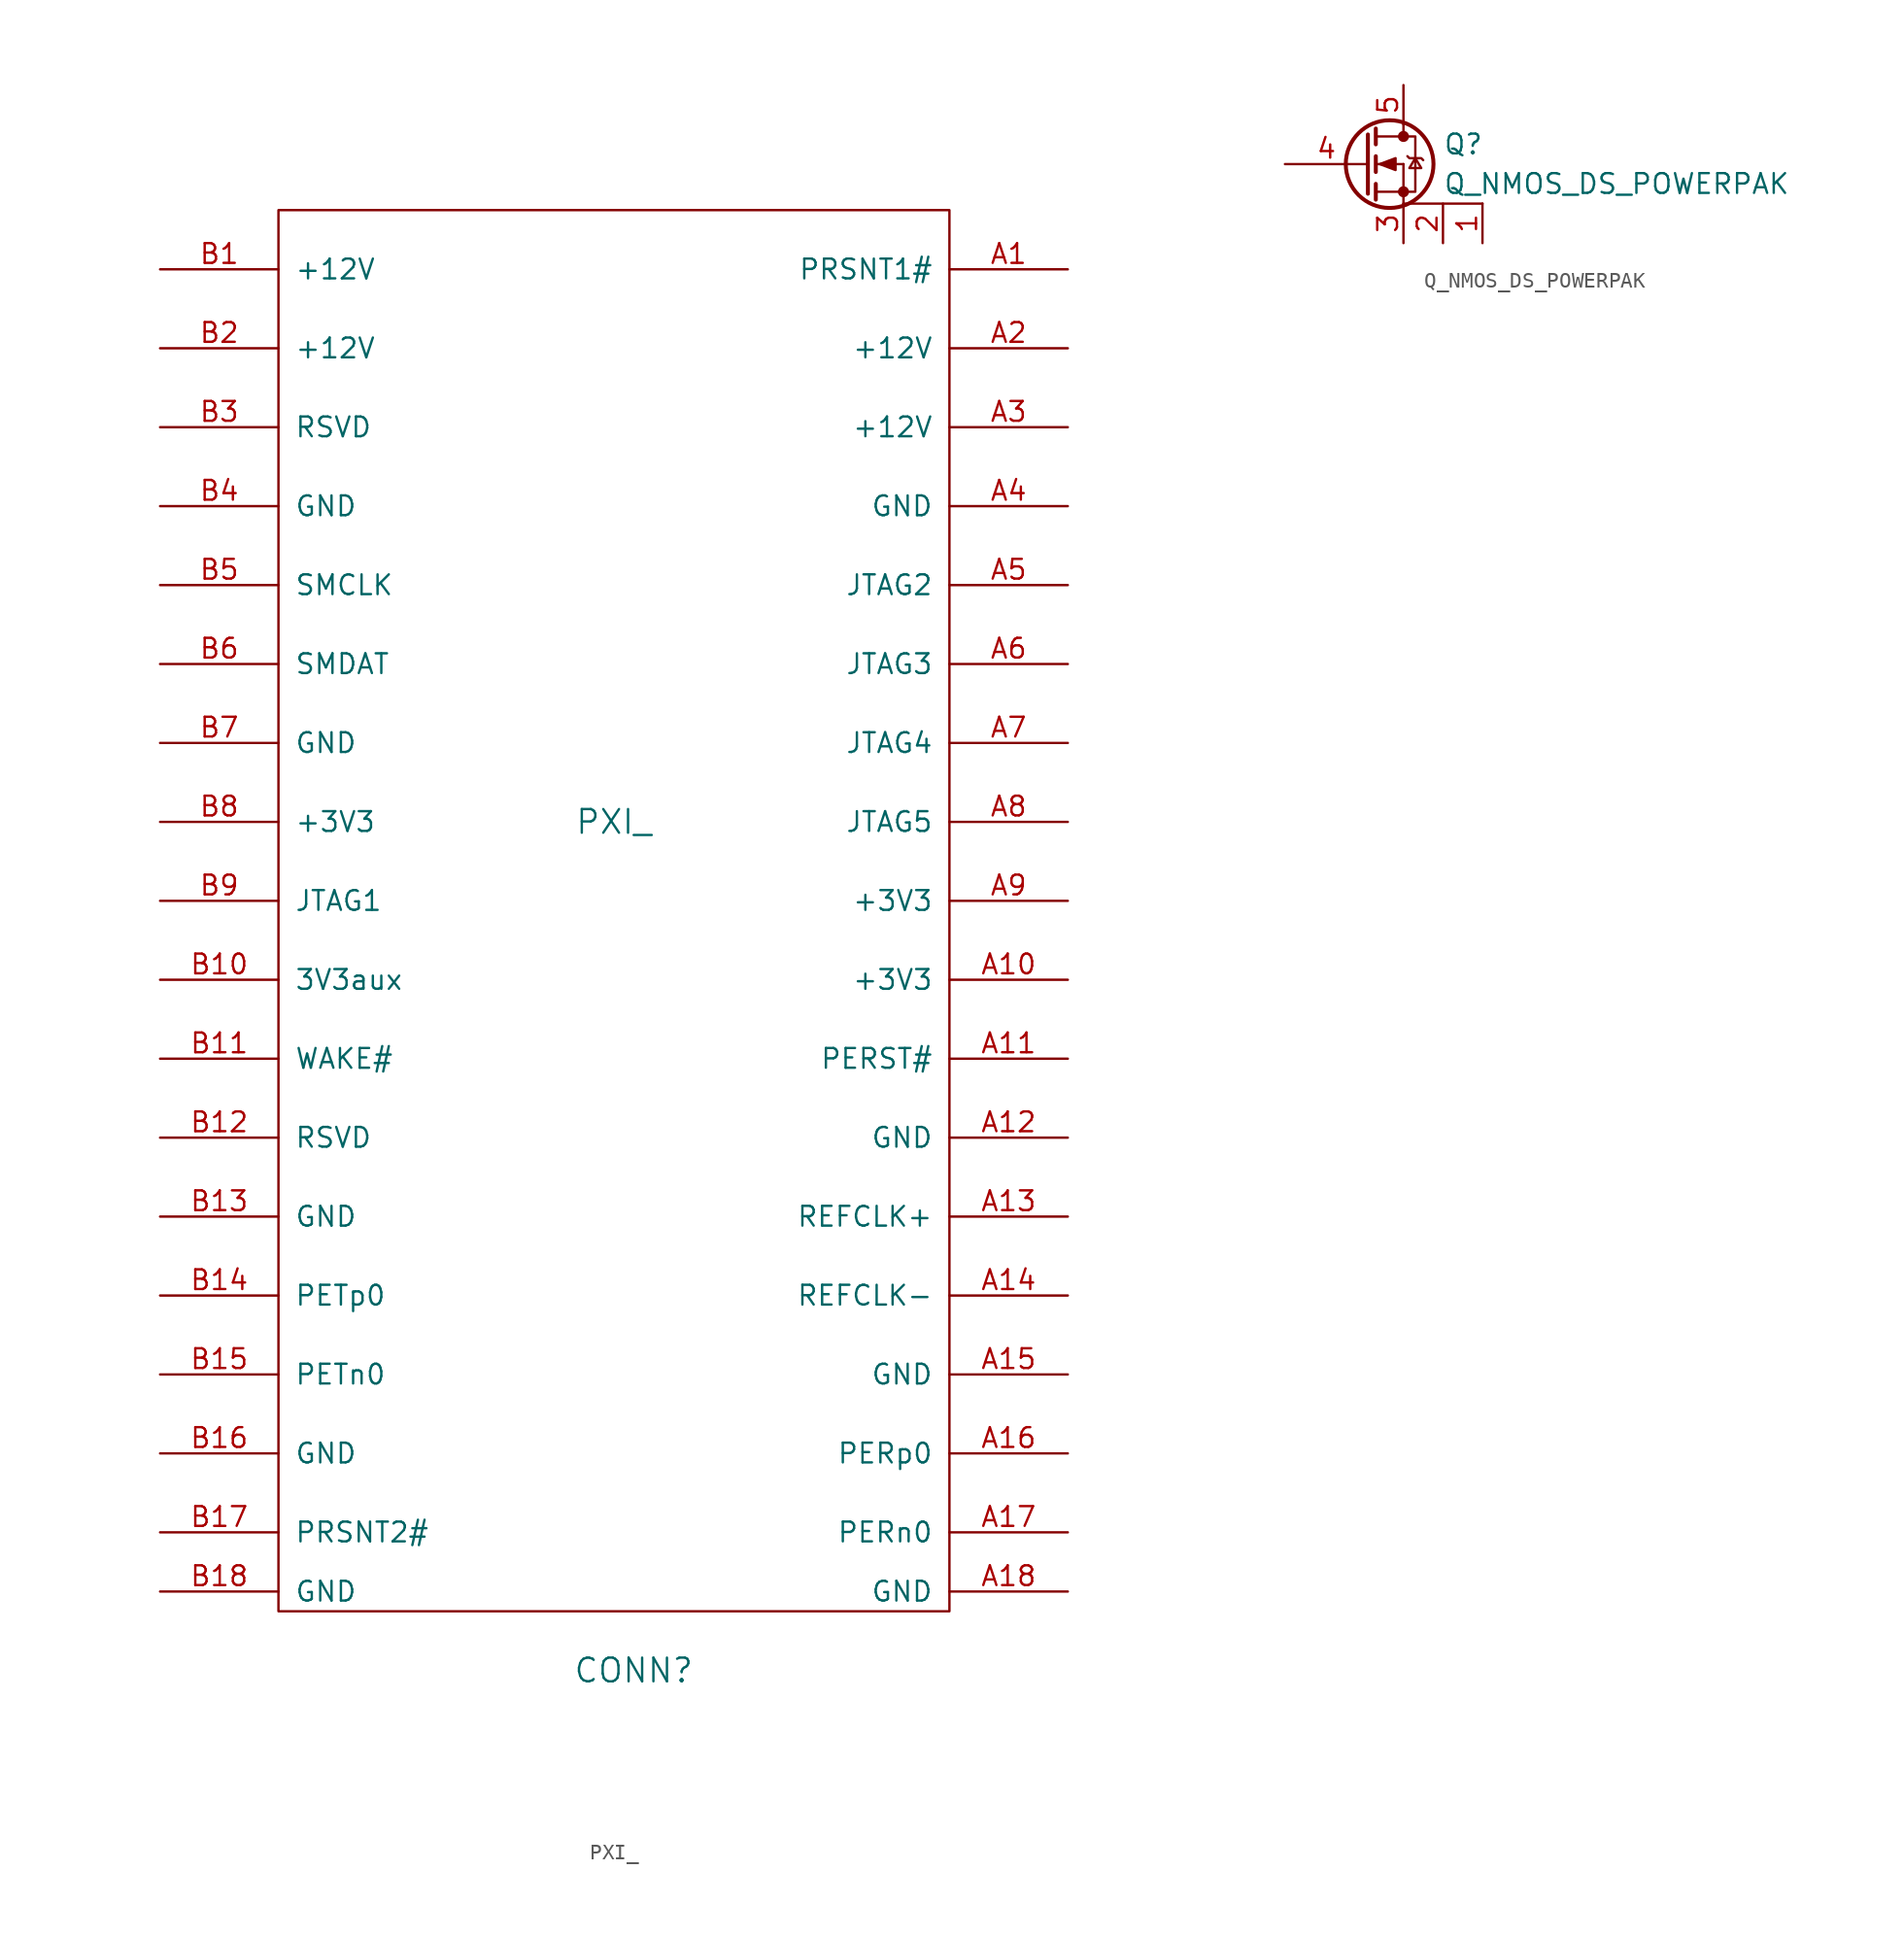
<source format=kicad_sym>
(kicad_symbol_lib
  (version 20211014)
  (generator kicad_symbol_editor)
  (symbol "PXI_"
    (pin_names
      (offset 1.016))
    (property "Reference" "CONN"
      (at -13.97 -25.4 0)
      (effects (font (size 1.524 1.524))))
    (property "Value" "PXI_"
      (at -15.24 29.21 0)
      (effects (font (size 1.524 1.524))))
    (property "Footprint" ""
      (at 1.27 8.89 0)
      (effects (font (size 1.524 1.524))))
    (property "Datasheet" ""
      (at 1.27 8.89 0)
      (effects (font (size 1.524 1.524))))
    (symbol "PXI__0_1"
      (rectangle (start -36.83 68.58) (end 6.35 -21.59) (stroke (width 0) (type default) (color 0 0 0 0)) (fill (type none))))
    (symbol "PXI__1_1"
      (pin input line (at 13.97 64.77 180) (length 7.62) (name "PRSNT1#" (effects (font (size 1.27 1.27)))) (number "A1" (effects (font (size 1.27 1.27)))))
      (pin input line (at 13.97 19.05 180) (length 7.62) (name "+3V3" (effects (font (size 1.27 1.27)))) (number "A10" (effects (font (size 1.27 1.27)))))
      (pin input line (at 13.97 13.97 180) (length 7.62) (name "PERST#" (effects (font (size 1.27 1.27)))) (number "A11" (effects (font (size 1.27 1.27)))))
      (pin input line (at 13.97 8.89 180) (length 7.62) (name "GND" (effects (font (size 1.27 1.27)))) (number "A12" (effects (font (size 1.27 1.27)))))
      (pin input line (at 13.97 3.81 180) (length 7.62) (name "REFCLK+" (effects (font (size 1.27 1.27)))) (number "A13" (effects (font (size 1.27 1.27)))))
      (pin input line (at 13.97 -1.27 180) (length 7.62) (name "REFCLK-" (effects (font (size 1.27 1.27)))) (number "A14" (effects (font (size 1.27 1.27)))))
      (pin input line (at 13.97 -6.35 180) (length 7.62) (name "GND" (effects (font (size 1.27 1.27)))) (number "A15" (effects (font (size 1.27 1.27)))))
      (pin input line (at 13.97 -11.43 180) (length 7.62) (name "PERp0" (effects (font (size 1.27 1.27)))) (number "A16" (effects (font (size 1.27 1.27)))))
      (pin input line (at 13.97 -16.51 180) (length 7.62) (name "PERn0" (effects (font (size 1.27 1.27)))) (number "A17" (effects (font (size 1.27 1.27)))))
      (pin input line (at 13.97 -20.32 180) (length 7.62) (name "GND" (effects (font (size 1.27 1.27)))) (number "A18" (effects (font (size 1.27 1.27)))))
      (pin input line (at 13.97 59.69 180) (length 7.62) (name "+12V" (effects (font (size 1.27 1.27)))) (number "A2" (effects (font (size 1.27 1.27)))))
      (pin input line (at 13.97 54.61 180) (length 7.62) (name "+12V" (effects (font (size 1.27 1.27)))) (number "A3" (effects (font (size 1.27 1.27)))))
      (pin input line (at 13.97 49.53 180) (length 7.62) (name "GND" (effects (font (size 1.27 1.27)))) (number "A4" (effects (font (size 1.27 1.27)))))
      (pin input line (at 13.97 44.45 180) (length 7.62) (name "JTAG2" (effects (font (size 1.27 1.27)))) (number "A5" (effects (font (size 1.27 1.27)))))
      (pin input line (at 13.97 39.37 180) (length 7.62) (name "JTAG3" (effects (font (size 1.27 1.27)))) (number "A6" (effects (font (size 1.27 1.27)))))
      (pin input line (at 13.97 34.29 180) (length 7.62) (name "JTAG4" (effects (font (size 1.27 1.27)))) (number "A7" (effects (font (size 1.27 1.27)))))
      (pin input line (at 13.97 29.21 180) (length 7.62) (name "JTAG5" (effects (font (size 1.27 1.27)))) (number "A8" (effects (font (size 1.27 1.27)))))
      (pin input line (at 13.97 24.13 180) (length 7.62) (name "+3V3" (effects (font (size 1.27 1.27)))) (number "A9" (effects (font (size 1.27 1.27)))))
      (pin input line (at -44.45 64.77 0) (length 7.62) (name "+12V" (effects (font (size 1.27 1.27)))) (number "B1" (effects (font (size 1.27 1.27)))))
      (pin input line (at -44.45 19.05 0) (length 7.62) (name "3V3aux" (effects (font (size 1.27 1.27)))) (number "B10" (effects (font (size 1.27 1.27)))))
      (pin input line (at -44.45 13.97 0) (length 7.62) (name "WAKE#" (effects (font (size 1.27 1.27)))) (number "B11" (effects (font (size 1.27 1.27)))))
      (pin input line (at -44.45 8.89 0) (length 7.62) (name "RSVD" (effects (font (size 1.27 1.27)))) (number "B12" (effects (font (size 1.27 1.27)))))
      (pin input line (at -44.45 3.81 0) (length 7.62) (name "GND" (effects (font (size 1.27 1.27)))) (number "B13" (effects (font (size 1.27 1.27)))))
      (pin input line (at -44.45 -1.27 0) (length 7.62) (name "PETp0" (effects (font (size 1.27 1.27)))) (number "B14" (effects (font (size 1.27 1.27)))))
      (pin input line (at -44.45 -6.35 0) (length 7.62) (name "PETn0" (effects (font (size 1.27 1.27)))) (number "B15" (effects (font (size 1.27 1.27)))))
      (pin input line (at -44.45 -11.43 0) (length 7.62) (name "GND" (effects (font (size 1.27 1.27)))) (number "B16" (effects (font (size 1.27 1.27)))))
      (pin input line (at -44.45 -16.51 0) (length 7.62) (name "PRSNT2#" (effects (font (size 1.27 1.27)))) (number "B17" (effects (font (size 1.27 1.27)))))
      (pin input line (at -44.45 -20.32 0) (length 7.62) (name "GND" (effects (font (size 1.27 1.27)))) (number "B18" (effects (font (size 1.27 1.27)))))
      (pin input line (at -44.45 59.69 0) (length 7.62) (name "+12V" (effects (font (size 1.27 1.27)))) (number "B2" (effects (font (size 1.27 1.27)))))
      (pin input line (at -44.45 54.61 0) (length 7.62) (name "RSVD" (effects (font (size 1.27 1.27)))) (number "B3" (effects (font (size 1.27 1.27)))))
      (pin input line (at -44.45 49.53 0) (length 7.62) (name "GND" (effects (font (size 1.27 1.27)))) (number "B4" (effects (font (size 1.27 1.27)))))
      (pin input line (at -44.45 44.45 0) (length 7.62) (name "SMCLK" (effects (font (size 1.27 1.27)))) (number "B5" (effects (font (size 1.27 1.27)))))
      (pin input line (at -44.45 39.37 0) (length 7.62) (name "SMDAT" (effects (font (size 1.27 1.27)))) (number "B6" (effects (font (size 1.27 1.27)))))
      (pin input line (at -44.45 34.29 0) (length 7.62) (name "GND" (effects (font (size 1.27 1.27)))) (number "B7" (effects (font (size 1.27 1.27)))))
      (pin input line (at -44.45 29.21 0) (length 7.62) (name "+3V3" (effects (font (size 1.27 1.27)))) (number "B8" (effects (font (size 1.27 1.27)))))
      (pin input line (at -44.45 24.13 0) (length 7.62) (name "JTAG1" (effects (font (size 1.27 1.27)))) (number "B9" (effects (font (size 1.27 1.27)))))))
  (symbol "Q_NMOS_DS_POWERPAK"
    (pin_names
      (offset 0) hide)
    (property "Reference" "Q"
      (at 5.08 1.27 0)
      (effects (font (size 1.27 1.27)) (justify left)))
    (property "Value" "Q_NMOS_DS_POWERPAK"
      (at 5.08 -1.27 0)
      (effects (font (size 1.27 1.27)) (justify left)))
    (property "Footprint" ""
      (at 5.08 2.54 0)
      (effects (font (size 1.27 1.27))))
    (property "Datasheet" ""
      (at 0 0 0)
      (effects (font (size 1.27 1.27))))
    (symbol "Q_NMOS_DS_POWERPAK_0_1"
      (polyline (pts (xy 0.762 -1.778) (xy 2.54 -1.778)) (stroke (width 0) (type default) (color 0 0 0 0)) (fill (type none)))
      (polyline (pts (xy 0.762 -1.27) (xy 0.762 -2.286)) (stroke (width 0.254) (type default) (color 0 0 0 0)) (fill (type none)))
      (polyline (pts (xy 0.762 0) (xy 2.54 0)) (stroke (width 0) (type default) (color 0 0 0 0)) (fill (type none)))
      (polyline (pts (xy 0.762 0.508) (xy 0.762 -0.508)) (stroke (width 0.254) (type default) (color 0 0 0 0)) (fill (type none)))
      (polyline (pts (xy 0.762 1.778) (xy 2.54 1.778)) (stroke (width 0) (type default) (color 0 0 0 0)) (fill (type none)))
      (polyline (pts (xy 0.762 2.286) (xy 0.762 1.27)) (stroke (width 0.254) (type default) (color 0 0 0 0)) (fill (type none)))
      (polyline (pts (xy 2.54 -1.778) (xy 2.54 -2.54)) (stroke (width 0) (type default) (color 0 0 0 0)) (fill (type none)))
      (polyline (pts (xy 2.54 -1.778) (xy 2.54 0)) (stroke (width 0) (type default) (color 0 0 0 0)) (fill (type none)))
      (polyline (pts (xy 2.54 2.54) (xy 2.54 1.778)) (stroke (width 0) (type default) (color 0 0 0 0)) (fill (type none)))
      (polyline (pts (xy 0.254 1.905) (xy 0.254 -1.905) (xy 0.254 -1.905)) (stroke (width 0.254) (type default) (color 0 0 0 0)) (fill (type none)))
      (polyline (pts (xy 7.62 -2.54) (xy 5.08 -2.54) (xy 2.54 -2.54)) (stroke (width 0) (type default) (color 0 0 0 0)) (fill (type none)))
      (polyline (pts (xy 1.016 0) (xy 2.032 0.381) (xy 2.032 -0.381) (xy 1.016 0)) (stroke (width 0) (type default) (color 0 0 0 0)) (fill (type outline)))
      (polyline (pts (xy 2.54 -1.778) (xy 3.302 -1.778) (xy 3.302 1.778) (xy 2.54 1.778)) (stroke (width 0) (type default) (color 0 0 0 0)) (fill (type none)))
      (polyline (pts (xy 2.794 0.508) (xy 2.921 0.381) (xy 3.683 0.381) (xy 3.81 0.254)) (stroke (width 0) (type default) (color 0 0 0 0)) (fill (type none)))
      (polyline (pts (xy 3.302 0.381) (xy 2.921 -0.254) (xy 3.683 -0.254) (xy 3.302 0.381)) (stroke (width 0) (type default) (color 0 0 0 0)) (fill (type none)))
      (circle (center 1.651 0) (radius 2.819) (stroke (width 0.254) (type default) (color 0 0 0 0)) (fill (type none)))
      (circle (center 2.54 -1.778) (radius 0.279) (stroke (width 0) (type default) (color 0 0 0 0)) (fill (type outline)))
      (circle (center 2.54 1.778) (radius 0.279) (stroke (width 0) (type default) (color 0 0 0 0)) (fill (type outline))))
    (symbol "Q_NMOS_DS_POWERPAK_1_1"
      (pin input line (at 7.62 -5.08 90) (length 2.54) (name "~" (effects (font (size 1.27 1.27)))) (number "1" (effects (font (size 1.27 1.27)))))
      (pin input line (at 5.08 -5.08 90) (length 2.54) (name "~" (effects (font (size 1.27 1.27)))) (number "2" (effects (font (size 1.27 1.27)))))
      (pin passive line (at 2.54 -5.08 90) (length 2.54) (name "S" (effects (font (size 1.27 1.27)))) (number "3" (effects (font (size 1.27 1.27)))))
      (pin input line (at -5.08 0 0) (length 5.334) (name "G" (effects (font (size 1.27 1.27)))) (number "4" (effects (font (size 1.27 1.27)))))
      (pin passive line (at 2.54 5.08 270) (length 2.54) (name "D" (effects (font (size 1.27 1.27)))) (number "5" (effects (font (size 1.27 1.27))))))))
</source>
